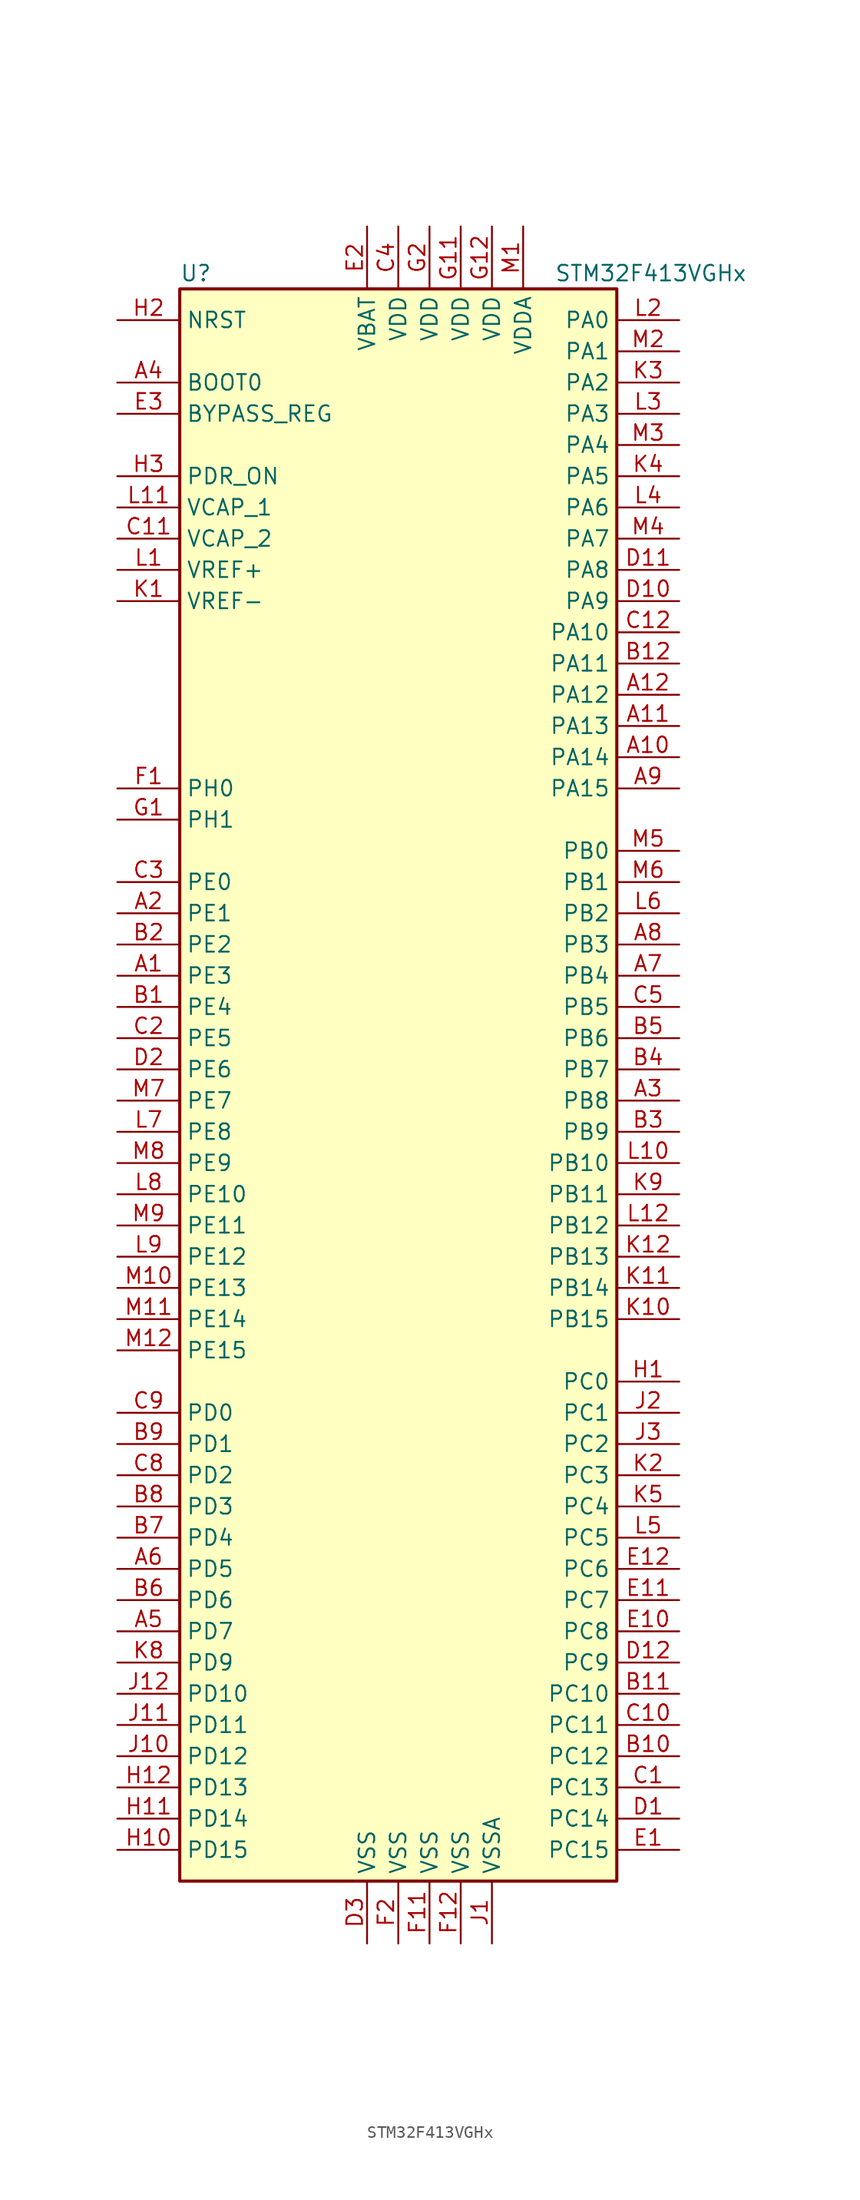
<source format=kicad_sym>
(kicad_symbol_lib
  (version 20201005)
  (generator kicad_symbol_editor)
  (symbol "STM32F413VGHx"
    (property "Reference" "U"
      (at -17.78 64.77 0)
      (effects (font (size 1.27 1.27)) (justify left)))
    (property "Value" "STM32F413VGHx"
      (at 12.7 64.77 0)
      (effects (font (size 1.27 1.27)) (justify left)))
    (symbol "STM32F413VGHx_0_1"
      (rectangle (start -17.78 -66.04) (end 17.78 63.5) (stroke (width 0.254)) (fill (type background))))
    (symbol "STM32F413VGHx_1_1"
      (pin bidirectional line (at -22.86 7.62 0) (length 5.08) (name "PE3" (effects (font (size 1.27 1.27)))) (number "A1" (effects (font (size 1.27 1.27)))))
      (pin bidirectional line (at 22.86 25.4 180) (length 5.08) (name "PA14" (effects (font (size 1.27 1.27)))) (number "A10" (effects (font (size 1.27 1.27)))))
      (pin bidirectional line (at 22.86 27.94 180) (length 5.08) (name "PA13" (effects (font (size 1.27 1.27)))) (number "A11" (effects (font (size 1.27 1.27)))))
      (pin bidirectional line (at 22.86 30.48 180) (length 5.08) (name "PA12" (effects (font (size 1.27 1.27)))) (number "A12" (effects (font (size 1.27 1.27)))))
      (pin bidirectional line (at -22.86 12.7 0) (length 5.08) (name "PE1" (effects (font (size 1.27 1.27)))) (number "A2" (effects (font (size 1.27 1.27)))))
      (pin bidirectional line (at 22.86 -2.54 180) (length 5.08) (name "PB8" (effects (font (size 1.27 1.27)))) (number "A3" (effects (font (size 1.27 1.27)))))
      (pin input line (at -22.86 55.88 0) (length 5.08) (name "BOOT0" (effects (font (size 1.27 1.27)))) (number "A4" (effects (font (size 1.27 1.27)))))
      (pin bidirectional line (at -22.86 -45.72 0) (length 5.08) (name "PD7" (effects (font (size 1.27 1.27)))) (number "A5" (effects (font (size 1.27 1.27)))))
      (pin bidirectional line (at -22.86 -40.64 0) (length 5.08) (name "PD5" (effects (font (size 1.27 1.27)))) (number "A6" (effects (font (size 1.27 1.27)))))
      (pin bidirectional line (at 22.86 7.62 180) (length 5.08) (name "PB4" (effects (font (size 1.27 1.27)))) (number "A7" (effects (font (size 1.27 1.27)))))
      (pin bidirectional line (at 22.86 10.16 180) (length 5.08) (name "PB3" (effects (font (size 1.27 1.27)))) (number "A8" (effects (font (size 1.27 1.27)))))
      (pin bidirectional line (at 22.86 22.86 180) (length 5.08) (name "PA15" (effects (font (size 1.27 1.27)))) (number "A9" (effects (font (size 1.27 1.27)))))
      (pin bidirectional line (at -22.86 5.08 0) (length 5.08) (name "PE4" (effects (font (size 1.27 1.27)))) (number "B1" (effects (font (size 1.27 1.27)))))
      (pin bidirectional line (at 22.86 -55.88 180) (length 5.08) (name "PC12" (effects (font (size 1.27 1.27)))) (number "B10" (effects (font (size 1.27 1.27)))))
      (pin bidirectional line (at 22.86 -50.8 180) (length 5.08) (name "PC10" (effects (font (size 1.27 1.27)))) (number "B11" (effects (font (size 1.27 1.27)))))
      (pin bidirectional line (at 22.86 33.02 180) (length 5.08) (name "PA11" (effects (font (size 1.27 1.27)))) (number "B12" (effects (font (size 1.27 1.27)))))
      (pin bidirectional line (at -22.86 10.16 0) (length 5.08) (name "PE2" (effects (font (size 1.27 1.27)))) (number "B2" (effects (font (size 1.27 1.27)))))
      (pin bidirectional line (at 22.86 -5.08 180) (length 5.08) (name "PB9" (effects (font (size 1.27 1.27)))) (number "B3" (effects (font (size 1.27 1.27)))))
      (pin bidirectional line (at 22.86 0 180) (length 5.08) (name "PB7" (effects (font (size 1.27 1.27)))) (number "B4" (effects (font (size 1.27 1.27)))))
      (pin bidirectional line (at 22.86 2.54 180) (length 5.08) (name "PB6" (effects (font (size 1.27 1.27)))) (number "B5" (effects (font (size 1.27 1.27)))))
      (pin bidirectional line (at -22.86 -43.18 0) (length 5.08) (name "PD6" (effects (font (size 1.27 1.27)))) (number "B6" (effects (font (size 1.27 1.27)))))
      (pin bidirectional line (at -22.86 -38.1 0) (length 5.08) (name "PD4" (effects (font (size 1.27 1.27)))) (number "B7" (effects (font (size 1.27 1.27)))))
      (pin bidirectional line (at -22.86 -35.56 0) (length 5.08) (name "PD3" (effects (font (size 1.27 1.27)))) (number "B8" (effects (font (size 1.27 1.27)))))
      (pin bidirectional line (at -22.86 -30.48 0) (length 5.08) (name "PD1" (effects (font (size 1.27 1.27)))) (number "B9" (effects (font (size 1.27 1.27)))))
      (pin bidirectional line (at 22.86 -58.42 180) (length 5.08) (name "PC13" (effects (font (size 1.27 1.27)))) (number "C1" (effects (font (size 1.27 1.27)))))
      (pin bidirectional line (at 22.86 -53.34 180) (length 5.08) (name "PC11" (effects (font (size 1.27 1.27)))) (number "C10" (effects (font (size 1.27 1.27)))))
      (pin power_in line (at -22.86 43.18 0) (length 5.08) (name "VCAP_2" (effects (font (size 1.27 1.27)))) (number "C11" (effects (font (size 1.27 1.27)))))
      (pin bidirectional line (at 22.86 35.56 180) (length 5.08) (name "PA10" (effects (font (size 1.27 1.27)))) (number "C12" (effects (font (size 1.27 1.27)))))
      (pin bidirectional line (at -22.86 2.54 0) (length 5.08) (name "PE5" (effects (font (size 1.27 1.27)))) (number "C2" (effects (font (size 1.27 1.27)))))
      (pin bidirectional line (at -22.86 15.24 0) (length 5.08) (name "PE0" (effects (font (size 1.27 1.27)))) (number "C3" (effects (font (size 1.27 1.27)))))
      (pin power_in line (at 0 68.58 270) (length 5.08) (name "VDD" (effects (font (size 1.27 1.27)))) (number "C4" (effects (font (size 1.27 1.27)))))
      (pin bidirectional line (at 22.86 5.08 180) (length 5.08) (name "PB5" (effects (font (size 1.27 1.27)))) (number "C5" (effects (font (size 1.27 1.27)))))
      (pin bidirectional line (at -22.86 -33.02 0) (length 5.08) (name "PD2" (effects (font (size 1.27 1.27)))) (number "C8" (effects (font (size 1.27 1.27)))))
      (pin bidirectional line (at -22.86 -27.94 0) (length 5.08) (name "PD0" (effects (font (size 1.27 1.27)))) (number "C9" (effects (font (size 1.27 1.27)))))
      (pin bidirectional line (at 22.86 -60.96 180) (length 5.08) (name "PC14" (effects (font (size 1.27 1.27)))) (number "D1" (effects (font (size 1.27 1.27)))))
      (pin bidirectional line (at 22.86 38.1 180) (length 5.08) (name "PA9" (effects (font (size 1.27 1.27)))) (number "D10" (effects (font (size 1.27 1.27)))))
      (pin bidirectional line (at 22.86 40.64 180) (length 5.08) (name "PA8" (effects (font (size 1.27 1.27)))) (number "D11" (effects (font (size 1.27 1.27)))))
      (pin bidirectional line (at 22.86 -48.26 180) (length 5.08) (name "PC9" (effects (font (size 1.27 1.27)))) (number "D12" (effects (font (size 1.27 1.27)))))
      (pin bidirectional line (at -22.86 0 0) (length 5.08) (name "PE6" (effects (font (size 1.27 1.27)))) (number "D2" (effects (font (size 1.27 1.27)))))
      (pin power_in line (at -2.54 -71.12 90) (length 5.08) (name "VSS" (effects (font (size 1.27 1.27)))) (number "D3" (effects (font (size 1.27 1.27)))))
      (pin bidirectional line (at 22.86 -63.5 180) (length 5.08) (name "PC15" (effects (font (size 1.27 1.27)))) (number "E1" (effects (font (size 1.27 1.27)))))
      (pin bidirectional line (at 22.86 -45.72 180) (length 5.08) (name "PC8" (effects (font (size 1.27 1.27)))) (number "E10" (effects (font (size 1.27 1.27)))))
      (pin bidirectional line (at 22.86 -43.18 180) (length 5.08) (name "PC7" (effects (font (size 1.27 1.27)))) (number "E11" (effects (font (size 1.27 1.27)))))
      (pin bidirectional line (at 22.86 -40.64 180) (length 5.08) (name "PC6" (effects (font (size 1.27 1.27)))) (number "E12" (effects (font (size 1.27 1.27)))))
      (pin power_in line (at -2.54 68.58 270) (length 5.08) (name "VBAT" (effects (font (size 1.27 1.27)))) (number "E2" (effects (font (size 1.27 1.27)))))
      (pin input line (at -22.86 53.34 0) (length 5.08) (name "BYPASS_REG" (effects (font (size 1.27 1.27)))) (number "E3" (effects (font (size 1.27 1.27)))))
      (pin input line (at -22.86 22.86 0) (length 5.08) (name "PH0" (effects (font (size 1.27 1.27)))) (number "F1" (effects (font (size 1.27 1.27)))))
      (pin power_in line (at 2.54 -71.12 90) (length 5.08) (name "VSS" (effects (font (size 1.27 1.27)))) (number "F11" (effects (font (size 1.27 1.27)))))
      (pin power_in line (at 5.08 -71.12 90) (length 5.08) (name "VSS" (effects (font (size 1.27 1.27)))) (number "F12" (effects (font (size 1.27 1.27)))))
      (pin power_in line (at 0 -71.12 90) (length 5.08) (name "VSS" (effects (font (size 1.27 1.27)))) (number "F2" (effects (font (size 1.27 1.27)))))
      (pin input line (at -22.86 20.32 0) (length 5.08) (name "PH1" (effects (font (size 1.27 1.27)))) (number "G1" (effects (font (size 1.27 1.27)))))
      (pin power_in line (at 5.08 68.58 270) (length 5.08) (name "VDD" (effects (font (size 1.27 1.27)))) (number "G11" (effects (font (size 1.27 1.27)))))
      (pin power_in line (at 7.62 68.58 270) (length 5.08) (name "VDD" (effects (font (size 1.27 1.27)))) (number "G12" (effects (font (size 1.27 1.27)))))
      (pin power_in line (at 2.54 68.58 270) (length 5.08) (name "VDD" (effects (font (size 1.27 1.27)))) (number "G2" (effects (font (size 1.27 1.27)))))
      (pin bidirectional line (at 22.86 -25.4 180) (length 5.08) (name "PC0" (effects (font (size 1.27 1.27)))) (number "H1" (effects (font (size 1.27 1.27)))))
      (pin bidirectional line (at -22.86 -63.5 0) (length 5.08) (name "PD15" (effects (font (size 1.27 1.27)))) (number "H10" (effects (font (size 1.27 1.27)))))
      (pin bidirectional line (at -22.86 -60.96 0) (length 5.08) (name "PD14" (effects (font (size 1.27 1.27)))) (number "H11" (effects (font (size 1.27 1.27)))))
      (pin bidirectional line (at -22.86 -58.42 0) (length 5.08) (name "PD13" (effects (font (size 1.27 1.27)))) (number "H12" (effects (font (size 1.27 1.27)))))
      (pin input line (at -22.86 60.96 0) (length 5.08) (name "NRST" (effects (font (size 1.27 1.27)))) (number "H2" (effects (font (size 1.27 1.27)))))
      (pin power_in line (at -22.86 48.26 0) (length 5.08) (name "PDR_ON" (effects (font (size 1.27 1.27)))) (number "H3" (effects (font (size 1.27 1.27)))))
      (pin power_in line (at 7.62 -71.12 90) (length 5.08) (name "VSSA" (effects (font (size 1.27 1.27)))) (number "J1" (effects (font (size 1.27 1.27)))))
      (pin bidirectional line (at -22.86 -55.88 0) (length 5.08) (name "PD12" (effects (font (size 1.27 1.27)))) (number "J10" (effects (font (size 1.27 1.27)))))
      (pin bidirectional line (at -22.86 -53.34 0) (length 5.08) (name "PD11" (effects (font (size 1.27 1.27)))) (number "J11" (effects (font (size 1.27 1.27)))))
      (pin bidirectional line (at -22.86 -50.8 0) (length 5.08) (name "PD10" (effects (font (size 1.27 1.27)))) (number "J12" (effects (font (size 1.27 1.27)))))
      (pin bidirectional line (at 22.86 -27.94 180) (length 5.08) (name "PC1" (effects (font (size 1.27 1.27)))) (number "J2" (effects (font (size 1.27 1.27)))))
      (pin bidirectional line (at 22.86 -30.48 180) (length 5.08) (name "PC2" (effects (font (size 1.27 1.27)))) (number "J3" (effects (font (size 1.27 1.27)))))
      (pin power_in line (at -22.86 38.1 0) (length 5.08) (name "VREF-" (effects (font (size 1.27 1.27)))) (number "K1" (effects (font (size 1.27 1.27)))))
      (pin bidirectional line (at 22.86 -20.32 180) (length 5.08) (name "PB15" (effects (font (size 1.27 1.27)))) (number "K10" (effects (font (size 1.27 1.27)))))
      (pin bidirectional line (at 22.86 -17.78 180) (length 5.08) (name "PB14" (effects (font (size 1.27 1.27)))) (number "K11" (effects (font (size 1.27 1.27)))))
      (pin bidirectional line (at 22.86 -15.24 180) (length 5.08) (name "PB13" (effects (font (size 1.27 1.27)))) (number "K12" (effects (font (size 1.27 1.27)))))
      (pin bidirectional line (at 22.86 -33.02 180) (length 5.08) (name "PC3" (effects (font (size 1.27 1.27)))) (number "K2" (effects (font (size 1.27 1.27)))))
      (pin bidirectional line (at 22.86 55.88 180) (length 5.08) (name "PA2" (effects (font (size 1.27 1.27)))) (number "K3" (effects (font (size 1.27 1.27)))))
      (pin bidirectional line (at 22.86 48.26 180) (length 5.08) (name "PA5" (effects (font (size 1.27 1.27)))) (number "K4" (effects (font (size 1.27 1.27)))))
      (pin bidirectional line (at 22.86 -35.56 180) (length 5.08) (name "PC4" (effects (font (size 1.27 1.27)))) (number "K5" (effects (font (size 1.27 1.27)))))
      (pin bidirectional line (at -22.86 -48.26 0) (length 5.08) (name "PD9" (effects (font (size 1.27 1.27)))) (number "K8" (effects (font (size 1.27 1.27)))))
      (pin bidirectional line (at 22.86 -10.16 180) (length 5.08) (name "PB11" (effects (font (size 1.27 1.27)))) (number "K9" (effects (font (size 1.27 1.27)))))
      (pin power_in line (at -22.86 40.64 0) (length 5.08) (name "VREF+" (effects (font (size 1.27 1.27)))) (number "L1" (effects (font (size 1.27 1.27)))))
      (pin bidirectional line (at 22.86 -7.62 180) (length 5.08) (name "PB10" (effects (font (size 1.27 1.27)))) (number "L10" (effects (font (size 1.27 1.27)))))
      (pin power_in line (at -22.86 45.72 0) (length 5.08) (name "VCAP_1" (effects (font (size 1.27 1.27)))) (number "L11" (effects (font (size 1.27 1.27)))))
      (pin bidirectional line (at 22.86 -12.7 180) (length 5.08) (name "PB12" (effects (font (size 1.27 1.27)))) (number "L12" (effects (font (size 1.27 1.27)))))
      (pin bidirectional line (at 22.86 60.96 180) (length 5.08) (name "PA0" (effects (font (size 1.27 1.27)))) (number "L2" (effects (font (size 1.27 1.27)))))
      (pin bidirectional line (at 22.86 53.34 180) (length 5.08) (name "PA3" (effects (font (size 1.27 1.27)))) (number "L3" (effects (font (size 1.27 1.27)))))
      (pin bidirectional line (at 22.86 45.72 180) (length 5.08) (name "PA6" (effects (font (size 1.27 1.27)))) (number "L4" (effects (font (size 1.27 1.27)))))
      (pin bidirectional line (at 22.86 -38.1 180) (length 5.08) (name "PC5" (effects (font (size 1.27 1.27)))) (number "L5" (effects (font (size 1.27 1.27)))))
      (pin bidirectional line (at 22.86 12.7 180) (length 5.08) (name "PB2" (effects (font (size 1.27 1.27)))) (number "L6" (effects (font (size 1.27 1.27)))))
      (pin bidirectional line (at -22.86 -5.08 0) (length 5.08) (name "PE8" (effects (font (size 1.27 1.27)))) (number "L7" (effects (font (size 1.27 1.27)))))
      (pin bidirectional line (at -22.86 -10.16 0) (length 5.08) (name "PE10" (effects (font (size 1.27 1.27)))) (number "L8" (effects (font (size 1.27 1.27)))))
      (pin bidirectional line (at -22.86 -15.24 0) (length 5.08) (name "PE12" (effects (font (size 1.27 1.27)))) (number "L9" (effects (font (size 1.27 1.27)))))
      (pin power_in line (at 10.16 68.58 270) (length 5.08) (name "VDDA" (effects (font (size 1.27 1.27)))) (number "M1" (effects (font (size 1.27 1.27)))))
      (pin bidirectional line (at -22.86 -17.78 0) (length 5.08) (name "PE13" (effects (font (size 1.27 1.27)))) (number "M10" (effects (font (size 1.27 1.27)))))
      (pin bidirectional line (at -22.86 -20.32 0) (length 5.08) (name "PE14" (effects (font (size 1.27 1.27)))) (number "M11" (effects (font (size 1.27 1.27)))))
      (pin bidirectional line (at -22.86 -22.86 0) (length 5.08) (name "PE15" (effects (font (size 1.27 1.27)))) (number "M12" (effects (font (size 1.27 1.27)))))
      (pin bidirectional line (at 22.86 58.42 180) (length 5.08) (name "PA1" (effects (font (size 1.27 1.27)))) (number "M2" (effects (font (size 1.27 1.27)))))
      (pin bidirectional line (at 22.86 50.8 180) (length 5.08) (name "PA4" (effects (font (size 1.27 1.27)))) (number "M3" (effects (font (size 1.27 1.27)))))
      (pin bidirectional line (at 22.86 43.18 180) (length 5.08) (name "PA7" (effects (font (size 1.27 1.27)))) (number "M4" (effects (font (size 1.27 1.27)))))
      (pin bidirectional line (at 22.86 17.78 180) (length 5.08) (name "PB0" (effects (font (size 1.27 1.27)))) (number "M5" (effects (font (size 1.27 1.27)))))
      (pin bidirectional line (at 22.86 15.24 180) (length 5.08) (name "PB1" (effects (font (size 1.27 1.27)))) (number "M6" (effects (font (size 1.27 1.27)))))
      (pin bidirectional line (at -22.86 -2.54 0) (length 5.08) (name "PE7" (effects (font (size 1.27 1.27)))) (number "M7" (effects (font (size 1.27 1.27)))))
      (pin bidirectional line (at -22.86 -7.62 0) (length 5.08) (name "PE9" (effects (font (size 1.27 1.27)))) (number "M8" (effects (font (size 1.27 1.27)))))
      (pin bidirectional line (at -22.86 -12.7 0) (length 5.08) (name "PE11" (effects (font (size 1.27 1.27)))) (number "M9" (effects (font (size 1.27 1.27))))))))
</source>
